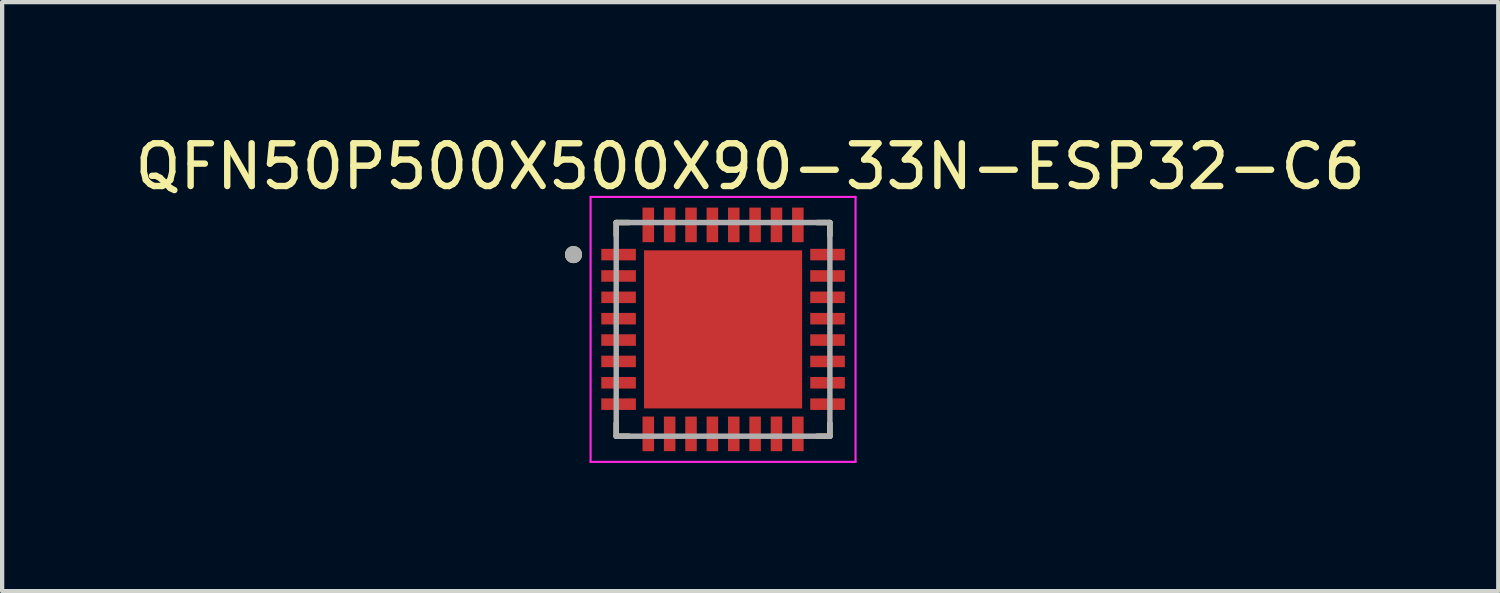
<source format=kicad_pcb>
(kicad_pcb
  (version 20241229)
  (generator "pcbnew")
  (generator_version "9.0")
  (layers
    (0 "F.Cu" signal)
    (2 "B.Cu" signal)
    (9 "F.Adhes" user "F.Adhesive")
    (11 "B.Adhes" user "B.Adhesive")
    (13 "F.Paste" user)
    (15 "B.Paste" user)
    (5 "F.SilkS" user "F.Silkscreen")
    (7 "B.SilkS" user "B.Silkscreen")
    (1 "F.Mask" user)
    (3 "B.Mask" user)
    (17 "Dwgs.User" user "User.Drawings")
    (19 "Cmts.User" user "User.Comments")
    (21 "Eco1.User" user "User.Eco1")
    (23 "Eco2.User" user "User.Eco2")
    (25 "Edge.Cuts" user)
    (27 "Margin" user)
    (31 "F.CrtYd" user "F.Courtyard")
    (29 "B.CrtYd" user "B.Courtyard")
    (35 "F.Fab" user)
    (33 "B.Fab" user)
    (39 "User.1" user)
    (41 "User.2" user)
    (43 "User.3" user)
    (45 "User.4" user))
  (footprint "QFN50P500X500X90-33N-ESP32-C6"
    (layer "F.Cu")
    (at 13.871 4.658)
    (property "Reference" "QFN50P500X500X90-33N-ESP32-C6" (at 0.635 -3.81 0) (layer "F.SilkS") (effects (font (size 1 1) (thickness 0.15))))
    (attr smd)
    (fp_poly (pts (xy -2.9 -1.935) (xy -1.99 -1.935) (xy -1.99 -1.565) (xy -2.9 -1.565)) (stroke (width 0.01) (type solid)) (fill yes) (layer "F.Mask"))
    (fp_poly (pts (xy -2.9 -1.435) (xy -1.99 -1.435) (xy -1.99 -1.065) (xy -2.9 -1.065)) (stroke (width 0.01) (type solid)) (fill yes) (layer "F.Mask"))
    (fp_poly (pts (xy -2.9 -0.935) (xy -1.99 -0.935) (xy -1.99 -0.565) (xy -2.9 -0.565)) (stroke (width 0.01) (type solid)) (fill yes) (layer "F.Mask"))
    (fp_poly (pts (xy -2.9 -0.435) (xy -1.99 -0.435) (xy -1.99 -0.065) (xy -2.9 -0.065)) (stroke (width 0.01) (type solid)) (fill yes) (layer "F.Mask"))
    (fp_poly (pts (xy -2.9 0.065) (xy -1.99 0.065) (xy -1.99 0.435) (xy -2.9 0.435)) (stroke (width 0.01) (type solid)) (fill yes) (layer "F.Mask"))
    (fp_poly (pts (xy -2.9 0.565) (xy -1.99 0.565) (xy -1.99 0.935) (xy -2.9 0.935)) (stroke (width 0.01) (type solid)) (fill yes) (layer "F.Mask"))
    (fp_poly (pts (xy -2.9 1.065) (xy -1.99 1.065) (xy -1.99 1.435) (xy -2.9 1.435)) (stroke (width 0.01) (type solid)) (fill yes) (layer "F.Mask"))
    (fp_poly (pts (xy -2.9 1.565) (xy -1.99 1.565) (xy -1.99 1.935) (xy -2.9 1.935)) (stroke (width 0.01) (type solid)) (fill yes) (layer "F.Mask"))
    (fp_poly (pts (xy -1.935 -2.9) (xy -1.565 -2.9) (xy -1.565 -1.99) (xy -1.935 -1.99)) (stroke (width 0.01) (type solid)) (fill yes) (layer "F.Mask"))
    (fp_poly (pts (xy -1.935 1.99) (xy -1.565 1.99) (xy -1.565 2.9) (xy -1.935 2.9)) (stroke (width 0.01) (type solid)) (fill yes) (layer "F.Mask"))
    (fp_poly (pts (xy -1.9 -1.9) (xy 1.9 -1.9) (xy 1.9 1.9) (xy -1.9 1.9)) (stroke (width 0.01) (type solid)) (fill yes) (layer "F.Mask"))
    (fp_poly (pts (xy -1.435 -2.9) (xy -1.065 -2.9) (xy -1.065 -1.99) (xy -1.435 -1.99)) (stroke (width 0.01) (type solid)) (fill yes) (layer "F.Mask"))
    (fp_poly (pts (xy -1.435 1.99) (xy -1.065 1.99) (xy -1.065 2.9) (xy -1.435 2.9)) (stroke (width 0.01) (type solid)) (fill yes) (layer "F.Mask"))
    (fp_poly (pts (xy -0.935 -2.9) (xy -0.565 -2.9) (xy -0.565 -1.99) (xy -0.935 -1.99)) (stroke (width 0.01) (type solid)) (fill yes) (layer "F.Mask"))
    (fp_poly (pts (xy -0.935 1.99) (xy -0.565 1.99) (xy -0.565 2.9) (xy -0.935 2.9)) (stroke (width 0.01) (type solid)) (fill yes) (layer "F.Mask"))
    (fp_poly (pts (xy -0.435 -2.9) (xy -0.065 -2.9) (xy -0.065 -1.99) (xy -0.435 -1.99)) (stroke (width 0.01) (type solid)) (fill yes) (layer "F.Mask"))
    (fp_poly (pts (xy -0.435 1.99) (xy -0.065 1.99) (xy -0.065 2.9) (xy -0.435 2.9)) (stroke (width 0.01) (type solid)) (fill yes) (layer "F.Mask"))
    (fp_poly (pts (xy 0.065 -2.9) (xy 0.435 -2.9) (xy 0.435 -1.99) (xy 0.065 -1.99)) (stroke (width 0.01) (type solid)) (fill yes) (layer "F.Mask"))
    (fp_poly (pts (xy 0.065 1.99) (xy 0.435 1.99) (xy 0.435 2.9) (xy 0.065 2.9)) (stroke (width 0.01) (type solid)) (fill yes) (layer "F.Mask"))
    (fp_poly (pts (xy 0.565 -2.9) (xy 0.935 -2.9) (xy 0.935 -1.99) (xy 0.565 -1.99)) (stroke (width 0.01) (type solid)) (fill yes) (layer "F.Mask"))
    (fp_poly (pts (xy 0.565 1.99) (xy 0.935 1.99) (xy 0.935 2.9) (xy 0.565 2.9)) (stroke (width 0.01) (type solid)) (fill yes) (layer "F.Mask"))
    (fp_poly (pts (xy 1.065 -2.9) (xy 1.435 -2.9) (xy 1.435 -1.99) (xy 1.065 -1.99)) (stroke (width 0.01) (type solid)) (fill yes) (layer "F.Mask"))
    (fp_poly (pts (xy 1.065 1.99) (xy 1.435 1.99) (xy 1.435 2.9) (xy 1.065 2.9)) (stroke (width 0.01) (type solid)) (fill yes) (layer "F.Mask"))
    (fp_poly (pts (xy 1.565 -2.9) (xy 1.935 -2.9) (xy 1.935 -1.99) (xy 1.565 -1.99)) (stroke (width 0.01) (type solid)) (fill yes) (layer "F.Mask"))
    (fp_poly (pts (xy 1.565 1.99) (xy 1.935 1.99) (xy 1.935 2.9) (xy 1.565 2.9)) (stroke (width 0.01) (type solid)) (fill yes) (layer "F.Mask"))
    (fp_poly (pts (xy 1.99 -1.935) (xy 2.9 -1.935) (xy 2.9 -1.565) (xy 1.99 -1.565)) (stroke (width 0.01) (type solid)) (fill yes) (layer "F.Mask"))
    (fp_poly (pts (xy 1.99 -1.435) (xy 2.9 -1.435) (xy 2.9 -1.065) (xy 1.99 -1.065)) (stroke (width 0.01) (type solid)) (fill yes) (layer "F.Mask"))
    (fp_poly (pts (xy 1.99 -0.935) (xy 2.9 -0.935) (xy 2.9 -0.565) (xy 1.99 -0.565)) (stroke (width 0.01) (type solid)) (fill yes) (layer "F.Mask"))
    (fp_poly (pts (xy 1.99 -0.435) (xy 2.9 -0.435) (xy 2.9 -0.065) (xy 1.99 -0.065)) (stroke (width 0.01) (type solid)) (fill yes) (layer "F.Mask"))
    (fp_poly (pts (xy 1.99 0.065) (xy 2.9 0.065) (xy 2.9 0.435) (xy 1.99 0.435)) (stroke (width 0.01) (type solid)) (fill yes) (layer "F.Mask"))
    (fp_poly (pts (xy 1.99 0.565) (xy 2.9 0.565) (xy 2.9 0.935) (xy 1.99 0.935)) (stroke (width 0.01) (type solid)) (fill yes) (layer "F.Mask"))
    (fp_poly (pts (xy 1.99 1.065) (xy 2.9 1.065) (xy 2.9 1.435) (xy 1.99 1.435)) (stroke (width 0.01) (type solid)) (fill yes) (layer "F.Mask"))
    (fp_poly (pts (xy 1.99 1.565) (xy 2.9 1.565) (xy 2.9 1.935) (xy 1.99 1.935)) (stroke (width 0.01) (type solid)) (fill yes) (layer "F.Mask"))
    (fp_line (start -2.5 -2.5) (end -2.5 -2.2) (stroke (width 0.127) (type solid)) (layer "F.SilkS"))
    (fp_line (start -2.5 -2.5) (end -2.2 -2.5) (stroke (width 0.127) (type solid)) (layer "F.SilkS"))
    (fp_line (start -2.5 2.5) (end -2.5 2.2) (stroke (width 0.127) (type solid)) (layer "F.SilkS"))
    (fp_line (start -2.5 2.5) (end -2.2 2.5) (stroke (width 0.127) (type solid)) (layer "F.SilkS"))
    (fp_line (start 2.5 -2.5) (end 2.2 -2.5) (stroke (width 0.127) (type solid)) (layer "F.SilkS"))
    (fp_line (start 2.5 -2.5) (end 2.5 -2.2) (stroke (width 0.127) (type solid)) (layer "F.SilkS"))
    (fp_line (start 2.5 2.5) (end 2.2 2.5) (stroke (width 0.127) (type solid)) (layer "F.SilkS"))
    (fp_line (start 2.5 2.5) (end 2.5 2.2) (stroke (width 0.127) (type solid)) (layer "F.SilkS"))
    (fp_circle (center -3.5 -1.75) (end -3.4 -1.75) (stroke (width 0.2) (type solid)) (fill no) (layer "F.SilkS"))
    (fp_poly (pts (xy -1.17 -1.17) (xy 1.17 -1.17) (xy 1.17 1.17) (xy -1.17 1.17)) (stroke (width 0.01) (type solid)) (fill yes) (layer "F.Paste"))
    (fp_line (start -3.1 -3.1) (end 3.1 -3.1) (stroke (width 0.05) (type solid)) (layer "F.CrtYd"))
    (fp_line (start -3.1 3.1) (end -3.1 -3.1) (stroke (width 0.05) (type solid)) (layer "F.CrtYd"))
    (fp_line (start 3.1 -3.1) (end 3.1 3.1) (stroke (width 0.05) (type solid)) (layer "F.CrtYd"))
    (fp_line (start 3.1 3.1) (end -3.1 3.1) (stroke (width 0.05) (type solid)) (layer "F.CrtYd"))
    (fp_line (start -2.5 -2.5) (end 2.5 -2.5) (stroke (width 0.127) (type solid)) (layer "F.Fab"))
    (fp_line (start -2.5 2.5) (end -2.5 -2.5) (stroke (width 0.127) (type solid)) (layer "F.Fab"))
    (fp_line (start 2.5 -2.5) (end 2.5 2.5) (stroke (width 0.127) (type solid)) (layer "F.Fab"))
    (fp_line (start 2.5 2.5) (end -2.5 2.5) (stroke (width 0.127) (type solid)) (layer "F.Fab"))
    (fp_circle (center -3.5 -1.75) (end -3.4 -1.75) (stroke (width 0.2) (type solid)) (fill no) (layer "F.Fab"))
    (pad "1" smd rect (at -2.445 -1.75) (size 0.81 0.27) (layers "F.Cu" "F.Paste"))
    (pad "2" smd rect (at -2.445 -1.25) (size 0.81 0.27) (layers "F.Cu" "F.Paste"))
    (pad "3" smd rect (at -2.445 -0.75) (size 0.81 0.27) (layers "F.Cu" "F.Paste"))
    (pad "4" smd rect (at -2.445 -0.25) (size 0.81 0.27) (layers "F.Cu" "F.Paste"))
    (pad "5" smd rect (at -2.445 0.25) (size 0.81 0.27) (layers "F.Cu" "F.Paste"))
    (pad "6" smd rect (at -2.445 0.75) (size 0.81 0.27) (layers "F.Cu" "F.Paste"))
    (pad "7" smd rect (at -2.445 1.25) (size 0.81 0.27) (layers "F.Cu" "F.Paste"))
    (pad "8" smd rect (at -2.445 1.75) (size 0.81 0.27) (layers "F.Cu" "F.Paste"))
    (pad "9" smd rect (at -1.75 2.445) (size 0.27 0.81) (layers "F.Cu" "F.Paste"))
    (pad "10" smd rect (at -1.25 2.445) (size 0.27 0.81) (layers "F.Cu" "F.Paste"))
    (pad "11" smd rect (at -0.75 2.445) (size 0.27 0.81) (layers "F.Cu" "F.Paste"))
    (pad "12" smd rect (at -0.25 2.445) (size 0.27 0.81) (layers "F.Cu" "F.Paste"))
    (pad "13" smd rect (at 0.25 2.445) (size 0.27 0.81) (layers "F.Cu" "F.Paste"))
    (pad "14" smd rect (at 0.75 2.445) (size 0.27 0.81) (layers "F.Cu" "F.Paste"))
    (pad "15" smd rect (at 1.25 2.445) (size 0.27 0.81) (layers "F.Cu" "F.Paste"))
    (pad "16" smd rect (at 1.75 2.445) (size 0.27 0.81) (layers "F.Cu" "F.Paste"))
    (pad "17" smd rect (at 2.445 1.75) (size 0.81 0.27) (layers "F.Cu" "F.Paste"))
    (pad "18" smd rect (at 2.445 1.25) (size 0.81 0.27) (layers "F.Cu" "F.Paste"))
    (pad "19" smd rect (at 2.445 0.75) (size 0.81 0.27) (layers "F.Cu" "F.Paste"))
    (pad "20" smd rect (at 2.445 0.25) (size 0.81 0.27) (layers "F.Cu" "F.Paste"))
    (pad "21" smd rect (at 2.445 -0.25) (size 0.81 0.27) (layers "F.Cu" "F.Paste"))
    (pad "22" smd rect (at 2.445 -0.75) (size 0.81 0.27) (layers "F.Cu" "F.Paste"))
    (pad "23" smd rect (at 2.445 -1.25) (size 0.81 0.27) (layers "F.Cu" "F.Paste"))
    (pad "24" smd rect (at 2.445 -1.75) (size 0.81 0.27) (layers "F.Cu" "F.Paste"))
    (pad "25" smd rect (at 1.75 -2.445) (size 0.27 0.81) (layers "F.Cu" "F.Paste"))
    (pad "26" smd rect (at 1.25 -2.445) (size 0.27 0.81) (layers "F.Cu" "F.Paste"))
    (pad "27" smd rect (at 0.75 -2.445) (size 0.27 0.81) (layers "F.Cu" "F.Paste"))
    (pad "28" smd rect (at 0.25 -2.445) (size 0.27 0.81) (layers "F.Cu" "F.Paste"))
    (pad "29" smd rect (at -0.25 -2.445) (size 0.27 0.81) (layers "F.Cu" "F.Paste"))
    (pad "30" smd rect (at -0.75 -2.445) (size 0.27 0.81) (layers "F.Cu" "F.Paste"))
    (pad "31" smd rect (at -1.25 -2.445) (size 0.27 0.81) (layers "F.Cu" "F.Paste"))
    (pad "32" smd rect (at -1.75 -2.445) (size 0.27 0.81) (layers "F.Cu" "F.Paste"))
    (pad "33" smd rect (at 0 0) (size 3.7 3.7) (layers "F.Cu")))
  (gr_rect
    (start -3 -3)
    (end 32.012 10.783)
    (stroke (width 0.1) (type default))
    (fill no)
    (layer "Edge.Cuts")))
</source>
